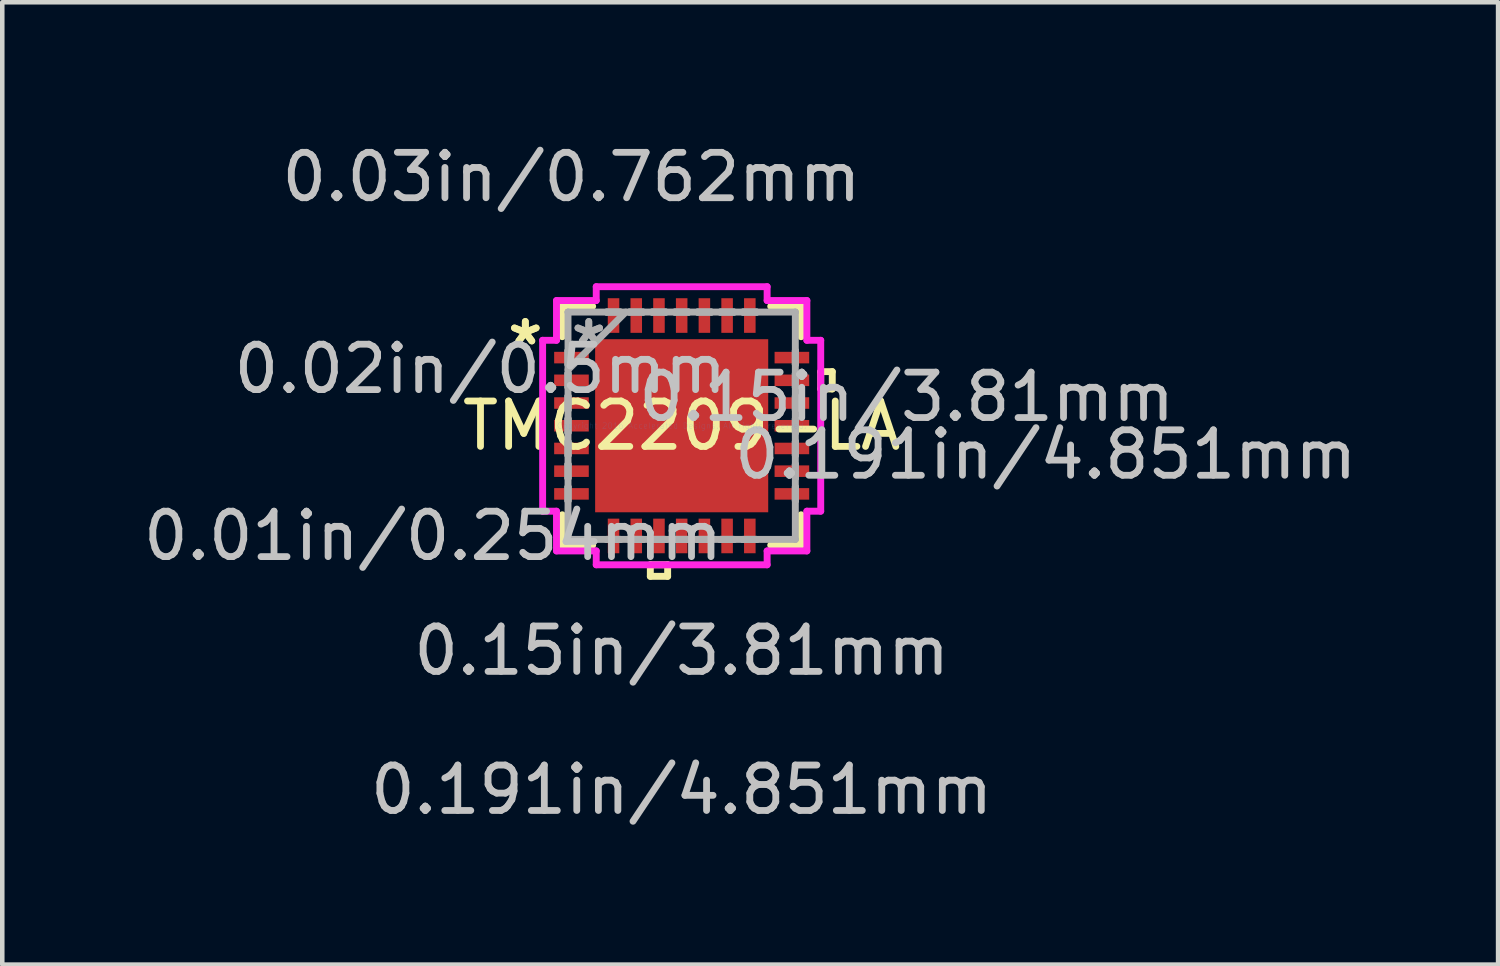
<source format=kicad_pcb>
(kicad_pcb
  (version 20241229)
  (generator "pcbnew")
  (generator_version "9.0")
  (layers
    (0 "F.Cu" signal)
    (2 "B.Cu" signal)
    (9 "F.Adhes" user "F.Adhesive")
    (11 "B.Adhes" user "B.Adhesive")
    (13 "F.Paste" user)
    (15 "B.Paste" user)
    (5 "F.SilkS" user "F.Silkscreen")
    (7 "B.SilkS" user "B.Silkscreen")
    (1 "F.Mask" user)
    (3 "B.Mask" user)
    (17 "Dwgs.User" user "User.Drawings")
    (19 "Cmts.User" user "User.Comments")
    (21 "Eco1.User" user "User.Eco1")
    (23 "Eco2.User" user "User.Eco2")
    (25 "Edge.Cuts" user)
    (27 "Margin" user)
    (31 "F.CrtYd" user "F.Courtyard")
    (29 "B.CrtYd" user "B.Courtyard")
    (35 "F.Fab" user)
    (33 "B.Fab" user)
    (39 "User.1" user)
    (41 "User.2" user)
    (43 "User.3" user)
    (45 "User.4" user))
  (footprint "TMC2209-LA"
    (layer "F.Cu")
    (at 11.956 6.322)
    (property "Reference" "TMC2209-LA" (at 0 0 0) (layer "F.SilkS") (effects (font (size 1 1) (thickness 0.15))))
    (attr through_hole)
    (fp_line (start -2.629 -2.629) (end -2.629 -1.96) (stroke (width 0.152) (type solid)) (layer "F.SilkS"))
    (fp_line (start -2.629 1.96) (end -2.629 2.629) (stroke (width 0.152) (type solid)) (layer "F.SilkS"))
    (fp_line (start -2.629 2.629) (end -1.96 2.629) (stroke (width 0.152) (type solid)) (layer "F.SilkS"))
    (fp_line (start -1.96 -2.629) (end -2.629 -2.629) (stroke (width 0.152) (type solid)) (layer "F.SilkS"))
    (fp_line (start -0.69 3.061) (end -0.69 3.315) (stroke (width 0.152) (type solid)) (layer "F.SilkS"))
    (fp_line (start -0.69 3.315) (end -0.309 3.315) (stroke (width 0.152) (type solid)) (layer "F.SilkS"))
    (fp_line (start -0.309 3.061) (end -0.69 3.061) (stroke (width 0.152) (type solid)) (layer "F.SilkS"))
    (fp_line (start -0.309 3.315) (end -0.309 3.061) (stroke (width 0.152) (type solid)) (layer "F.SilkS"))
    (fp_line (start 1.96 2.629) (end 2.629 2.629) (stroke (width 0.152) (type solid)) (layer "F.SilkS"))
    (fp_line (start 2.629 -2.629) (end 1.96 -2.629) (stroke (width 0.152) (type solid)) (layer "F.SilkS"))
    (fp_line (start 2.629 -1.96) (end 2.629 -2.629) (stroke (width 0.152) (type solid)) (layer "F.SilkS"))
    (fp_line (start 2.629 2.629) (end 2.629 1.96) (stroke (width 0.152) (type solid)) (layer "F.SilkS"))
    (fp_line (start 3.061 -1.191) (end 3.315 -1.191) (stroke (width 0.152) (type solid)) (layer "F.SilkS"))
    (fp_line (start 3.061 -0.81) (end 3.061 -1.191) (stroke (width 0.152) (type solid)) (layer "F.SilkS"))
    (fp_line (start 3.315 -1.191) (end 3.315 -0.81) (stroke (width 0.152) (type solid)) (layer "F.SilkS"))
    (fp_line (start 3.315 -0.81) (end 3.061 -0.81) (stroke (width 0.152) (type solid)) (layer "F.SilkS"))
    (fp_line (start -1.805 -1.805) (end -1.805 -0.735) (stroke (width 0.152) (type solid)) (layer "F.Paste"))
    (fp_line (start -1.805 -0.735) (end -0.735 -0.735) (stroke (width 0.152) (type solid)) (layer "F.Paste"))
    (fp_line (start -1.805 -0.535) (end -1.805 0.535) (stroke (width 0.152) (type solid)) (layer "F.Paste"))
    (fp_line (start -1.805 0.535) (end -0.735 0.535) (stroke (width 0.152) (type solid)) (layer "F.Paste"))
    (fp_line (start -1.805 0.735) (end -1.805 1.805) (stroke (width 0.152) (type solid)) (layer "F.Paste"))
    (fp_line (start -1.805 1.805) (end -0.735 1.805) (stroke (width 0.152) (type solid)) (layer "F.Paste"))
    (fp_line (start -0.735 -1.805) (end -1.805 -1.805) (stroke (width 0.152) (type solid)) (layer "F.Paste"))
    (fp_line (start -0.735 -0.735) (end -0.735 -1.805) (stroke (width 0.152) (type solid)) (layer "F.Paste"))
    (fp_line (start -0.735 -0.535) (end -1.805 -0.535) (stroke (width 0.152) (type solid)) (layer "F.Paste"))
    (fp_line (start -0.735 0.535) (end -0.735 -0.535) (stroke (width 0.152) (type solid)) (layer "F.Paste"))
    (fp_line (start -0.735 0.735) (end -1.805 0.735) (stroke (width 0.152) (type solid)) (layer "F.Paste"))
    (fp_line (start -0.735 1.805) (end -0.735 0.735) (stroke (width 0.152) (type solid)) (layer "F.Paste"))
    (fp_line (start -0.535 -1.805) (end -0.535 -0.735) (stroke (width 0.152) (type solid)) (layer "F.Paste"))
    (fp_line (start -0.535 -0.735) (end 0.535 -0.735) (stroke (width 0.152) (type solid)) (layer "F.Paste"))
    (fp_line (start -0.535 -0.535) (end -0.535 0.535) (stroke (width 0.152) (type solid)) (layer "F.Paste"))
    (fp_line (start -0.535 0.535) (end 0.535 0.535) (stroke (width 0.152) (type solid)) (layer "F.Paste"))
    (fp_line (start -0.535 0.735) (end -0.535 1.805) (stroke (width 0.152) (type solid)) (layer "F.Paste"))
    (fp_line (start -0.535 1.805) (end 0.535 1.805) (stroke (width 0.152) (type solid)) (layer "F.Paste"))
    (fp_line (start 0.535 -1.805) (end -0.535 -1.805) (stroke (width 0.152) (type solid)) (layer "F.Paste"))
    (fp_line (start 0.535 -0.735) (end 0.535 -1.805) (stroke (width 0.152) (type solid)) (layer "F.Paste"))
    (fp_line (start 0.535 -0.535) (end -0.535 -0.535) (stroke (width 0.152) (type solid)) (layer "F.Paste"))
    (fp_line (start 0.535 0.535) (end 0.535 -0.535) (stroke (width 0.152) (type solid)) (layer "F.Paste"))
    (fp_line (start 0.535 0.735) (end -0.535 0.735) (stroke (width 0.152) (type solid)) (layer "F.Paste"))
    (fp_line (start 0.535 1.805) (end 0.535 0.735) (stroke (width 0.152) (type solid)) (layer "F.Paste"))
    (fp_line (start 0.735 -1.805) (end 0.735 -0.735) (stroke (width 0.152) (type solid)) (layer "F.Paste"))
    (fp_line (start 0.735 -0.735) (end 1.805 -0.735) (stroke (width 0.152) (type solid)) (layer "F.Paste"))
    (fp_line (start 0.735 -0.535) (end 0.735 0.535) (stroke (width 0.152) (type solid)) (layer "F.Paste"))
    (fp_line (start 0.735 0.535) (end 1.805 0.535) (stroke (width 0.152) (type solid)) (layer "F.Paste"))
    (fp_line (start 0.735 0.735) (end 0.735 1.805) (stroke (width 0.152) (type solid)) (layer "F.Paste"))
    (fp_line (start 0.735 1.805) (end 1.805 1.805) (stroke (width 0.152) (type solid)) (layer "F.Paste"))
    (fp_line (start 1.805 -1.805) (end 0.735 -1.805) (stroke (width 0.152) (type solid)) (layer "F.Paste"))
    (fp_line (start 1.805 -0.735) (end 1.805 -1.805) (stroke (width 0.152) (type solid)) (layer "F.Paste"))
    (fp_line (start 1.805 -0.535) (end 0.735 -0.535) (stroke (width 0.152) (type solid)) (layer "F.Paste"))
    (fp_line (start 1.805 0.535) (end 1.805 -0.535) (stroke (width 0.152) (type solid)) (layer "F.Paste"))
    (fp_line (start 1.805 0.735) (end 0.735 0.735) (stroke (width 0.152) (type solid)) (layer "F.Paste"))
    (fp_line (start 1.805 1.805) (end 1.805 0.735) (stroke (width 0.152) (type solid)) (layer "F.Paste"))
    (fp_line (start -3.061 -1.881) (end -2.756 -1.881) (stroke (width 0.152) (type solid)) (layer "F.CrtYd"))
    (fp_line (start -3.061 1.881) (end -3.061 -1.881) (stroke (width 0.152) (type solid)) (layer "F.CrtYd"))
    (fp_line (start -2.756 -2.756) (end -1.881 -2.756) (stroke (width 0.152) (type solid)) (layer "F.CrtYd"))
    (fp_line (start -2.756 -1.881) (end -2.756 -2.756) (stroke (width 0.152) (type solid)) (layer "F.CrtYd"))
    (fp_line (start -2.756 1.881) (end -3.061 1.881) (stroke (width 0.152) (type solid)) (layer "F.CrtYd"))
    (fp_line (start -2.756 2.756) (end -2.756 1.881) (stroke (width 0.152) (type solid)) (layer "F.CrtYd"))
    (fp_line (start -1.881 -3.061) (end 1.881 -3.061) (stroke (width 0.152) (type solid)) (layer "F.CrtYd"))
    (fp_line (start -1.881 -2.756) (end -1.881 -3.061) (stroke (width 0.152) (type solid)) (layer "F.CrtYd"))
    (fp_line (start -1.881 2.756) (end -2.756 2.756) (stroke (width 0.152) (type solid)) (layer "F.CrtYd"))
    (fp_line (start -1.881 3.061) (end -1.881 2.756) (stroke (width 0.152) (type solid)) (layer "F.CrtYd"))
    (fp_line (start 1.881 -3.061) (end 1.881 -2.756) (stroke (width 0.152) (type solid)) (layer "F.CrtYd"))
    (fp_line (start 1.881 -2.756) (end 2.756 -2.756) (stroke (width 0.152) (type solid)) (layer "F.CrtYd"))
    (fp_line (start 1.881 2.756) (end 1.881 3.061) (stroke (width 0.152) (type solid)) (layer "F.CrtYd"))
    (fp_line (start 1.881 3.061) (end -1.881 3.061) (stroke (width 0.152) (type solid)) (layer "F.CrtYd"))
    (fp_line (start 2.756 -2.756) (end 2.756 -1.881) (stroke (width 0.152) (type solid)) (layer "F.CrtYd"))
    (fp_line (start 2.756 -1.881) (end 3.061 -1.881) (stroke (width 0.152) (type solid)) (layer "F.CrtYd"))
    (fp_line (start 2.756 1.881) (end 2.756 2.756) (stroke (width 0.152) (type solid)) (layer "F.CrtYd"))
    (fp_line (start 2.756 2.756) (end 1.881 2.756) (stroke (width 0.152) (type solid)) (layer "F.CrtYd"))
    (fp_line (start 3.061 -1.881) (end 3.061 1.881) (stroke (width 0.152) (type solid)) (layer "F.CrtYd"))
    (fp_line (start 3.061 1.881) (end 2.756 1.881) (stroke (width 0.152) (type solid)) (layer "F.CrtYd"))
    (fp_line (start -2.502 -2.502) (end -2.502 -2.502) (stroke (width 0.152) (type solid)) (layer "F.Fab"))
    (fp_line (start -2.502 -2.502) (end -2.502 2.502) (stroke (width 0.152) (type solid)) (layer "F.Fab"))
    (fp_line (start -2.502 -1.652) (end -2.502 -1.652) (stroke (width 0.152) (type solid)) (layer "F.Fab"))
    (fp_line (start -2.502 -1.652) (end -2.502 -1.348) (stroke (width 0.152) (type solid)) (layer "F.Fab"))
    (fp_line (start -2.502 -1.348) (end -2.502 -1.652) (stroke (width 0.152) (type solid)) (layer "F.Fab"))
    (fp_line (start -2.502 -1.348) (end -2.502 -1.348) (stroke (width 0.152) (type solid)) (layer "F.Fab"))
    (fp_line (start -2.502 -1.232) (end -1.232 -2.502) (stroke (width 0.152) (type solid)) (layer "F.Fab"))
    (fp_line (start -2.502 -1.152) (end -2.502 -1.152) (stroke (width 0.152) (type solid)) (layer "F.Fab"))
    (fp_line (start -2.502 -1.152) (end -2.502 -0.848) (stroke (width 0.152) (type solid)) (layer "F.Fab"))
    (fp_line (start -2.502 -0.848) (end -2.502 -1.152) (stroke (width 0.152) (type solid)) (layer "F.Fab"))
    (fp_line (start -2.502 -0.848) (end -2.502 -0.848) (stroke (width 0.152) (type solid)) (layer "F.Fab"))
    (fp_line (start -2.502 -0.652) (end -2.502 -0.652) (stroke (width 0.152) (type solid)) (layer "F.Fab"))
    (fp_line (start -2.502 -0.652) (end -2.502 -0.348) (stroke (width 0.152) (type solid)) (layer "F.Fab"))
    (fp_line (start -2.502 -0.348) (end -2.502 -0.652) (stroke (width 0.152) (type solid)) (layer "F.Fab"))
    (fp_line (start -2.502 -0.348) (end -2.502 -0.348) (stroke (width 0.152) (type solid)) (layer "F.Fab"))
    (fp_line (start -2.502 -0.152) (end -2.502 -0.152) (stroke (width 0.152) (type solid)) (layer "F.Fab"))
    (fp_line (start -2.502 -0.152) (end -2.502 0.152) (stroke (width 0.152) (type solid)) (layer "F.Fab"))
    (fp_line (start -2.502 0.152) (end -2.502 -0.152) (stroke (width 0.152) (type solid)) (layer "F.Fab"))
    (fp_line (start -2.502 0.152) (end -2.502 0.152) (stroke (width 0.152) (type solid)) (layer "F.Fab"))
    (fp_line (start -2.502 0.348) (end -2.502 0.348) (stroke (width 0.152) (type solid)) (layer "F.Fab"))
    (fp_line (start -2.502 0.348) (end -2.502 0.652) (stroke (width 0.152) (type solid)) (layer "F.Fab"))
    (fp_line (start -2.502 0.652) (end -2.502 0.348) (stroke (width 0.152) (type solid)) (layer "F.Fab"))
    (fp_line (start -2.502 0.652) (end -2.502 0.652) (stroke (width 0.152) (type solid)) (layer "F.Fab"))
    (fp_line (start -2.502 0.848) (end -2.502 0.848) (stroke (width 0.152) (type solid)) (layer "F.Fab"))
    (fp_line (start -2.502 0.848) (end -2.502 1.152) (stroke (width 0.152) (type solid)) (layer "F.Fab"))
    (fp_line (start -2.502 1.152) (end -2.502 0.848) (stroke (width 0.152) (type solid)) (layer "F.Fab"))
    (fp_line (start -2.502 1.152) (end -2.502 1.152) (stroke (width 0.152) (type solid)) (layer "F.Fab"))
    (fp_line (start -2.502 1.348) (end -2.502 1.348) (stroke (width 0.152) (type solid)) (layer "F.Fab"))
    (fp_line (start -2.502 1.348) (end -2.502 1.652) (stroke (width 0.152) (type solid)) (layer "F.Fab"))
    (fp_line (start -2.502 1.652) (end -2.502 1.348) (stroke (width 0.152) (type solid)) (layer "F.Fab"))
    (fp_line (start -2.502 1.652) (end -2.502 1.652) (stroke (width 0.152) (type solid)) (layer "F.Fab"))
    (fp_line (start -2.502 2.502) (end -2.502 2.502) (stroke (width 0.152) (type solid)) (layer "F.Fab"))
    (fp_line (start -2.502 2.502) (end 2.502 2.502) (stroke (width 0.152) (type solid)) (layer "F.Fab"))
    (fp_line (start -1.652 -2.502) (end -1.652 -2.502) (stroke (width 0.152) (type solid)) (layer "F.Fab"))
    (fp_line (start -1.652 -2.502) (end -1.348 -2.502) (stroke (width 0.152) (type solid)) (layer "F.Fab"))
    (fp_line (start -1.652 2.502) (end -1.652 2.502) (stroke (width 0.152) (type solid)) (layer "F.Fab"))
    (fp_line (start -1.652 2.502) (end -1.348 2.502) (stroke (width 0.152) (type solid)) (layer "F.Fab"))
    (fp_line (start -1.348 -2.502) (end -1.652 -2.502) (stroke (width 0.152) (type solid)) (layer "F.Fab"))
    (fp_line (start -1.348 -2.502) (end -1.348 -2.502) (stroke (width 0.152) (type solid)) (layer "F.Fab"))
    (fp_line (start -1.348 2.502) (end -1.652 2.502) (stroke (width 0.152) (type solid)) (layer "F.Fab"))
    (fp_line (start -1.348 2.502) (end -1.348 2.502) (stroke (width 0.152) (type solid)) (layer "F.Fab"))
    (fp_line (start -1.152 -2.502) (end -1.152 -2.502) (stroke (width 0.152) (type solid)) (layer "F.Fab"))
    (fp_line (start -1.152 -2.502) (end -0.848 -2.502) (stroke (width 0.152) (type solid)) (layer "F.Fab"))
    (fp_line (start -1.152 2.502) (end -1.152 2.502) (stroke (width 0.152) (type solid)) (layer "F.Fab"))
    (fp_line (start -1.152 2.502) (end -0.848 2.502) (stroke (width 0.152) (type solid)) (layer "F.Fab"))
    (fp_line (start -0.848 -2.502) (end -1.152 -2.502) (stroke (width 0.152) (type solid)) (layer "F.Fab"))
    (fp_line (start -0.848 -2.502) (end -0.848 -2.502) (stroke (width 0.152) (type solid)) (layer "F.Fab"))
    (fp_line (start -0.848 2.502) (end -1.152 2.502) (stroke (width 0.152) (type solid)) (layer "F.Fab"))
    (fp_line (start -0.848 2.502) (end -0.848 2.502) (stroke (width 0.152) (type solid)) (layer "F.Fab"))
    (fp_line (start -0.652 -2.502) (end -0.652 -2.502) (stroke (width 0.152) (type solid)) (layer "F.Fab"))
    (fp_line (start -0.652 -2.502) (end -0.348 -2.502) (stroke (width 0.152) (type solid)) (layer "F.Fab"))
    (fp_line (start -0.652 2.502) (end -0.652 2.502) (stroke (width 0.152) (type solid)) (layer "F.Fab"))
    (fp_line (start -0.652 2.502) (end -0.348 2.502) (stroke (width 0.152) (type solid)) (layer "F.Fab"))
    (fp_line (start -0.348 -2.502) (end -0.652 -2.502) (stroke (width 0.152) (type solid)) (layer "F.Fab"))
    (fp_line (start -0.348 -2.502) (end -0.348 -2.502) (stroke (width 0.152) (type solid)) (layer "F.Fab"))
    (fp_line (start -0.348 2.502) (end -0.652 2.502) (stroke (width 0.152) (type solid)) (layer "F.Fab"))
    (fp_line (start -0.348 2.502) (end -0.348 2.502) (stroke (width 0.152) (type solid)) (layer "F.Fab"))
    (fp_line (start -0.152 -2.502) (end -0.152 -2.502) (stroke (width 0.152) (type solid)) (layer "F.Fab"))
    (fp_line (start -0.152 -2.502) (end 0.152 -2.502) (stroke (width 0.152) (type solid)) (layer "F.Fab"))
    (fp_line (start -0.152 2.502) (end -0.152 2.502) (stroke (width 0.152) (type solid)) (layer "F.Fab"))
    (fp_line (start -0.152 2.502) (end 0.152 2.502) (stroke (width 0.152) (type solid)) (layer "F.Fab"))
    (fp_line (start 0.152 -2.502) (end -0.152 -2.502) (stroke (width 0.152) (type solid)) (layer "F.Fab"))
    (fp_line (start 0.152 -2.502) (end 0.152 -2.502) (stroke (width 0.152) (type solid)) (layer "F.Fab"))
    (fp_line (start 0.152 2.502) (end -0.152 2.502) (stroke (width 0.152) (type solid)) (layer "F.Fab"))
    (fp_line (start 0.152 2.502) (end 0.152 2.502) (stroke (width 0.152) (type solid)) (layer "F.Fab"))
    (fp_line (start 0.348 -2.502) (end 0.348 -2.502) (stroke (width 0.152) (type solid)) (layer "F.Fab"))
    (fp_line (start 0.348 -2.502) (end 0.652 -2.502) (stroke (width 0.152) (type solid)) (layer "F.Fab"))
    (fp_line (start 0.348 2.502) (end 0.348 2.502) (stroke (width 0.152) (type solid)) (layer "F.Fab"))
    (fp_line (start 0.348 2.502) (end 0.652 2.502) (stroke (width 0.152) (type solid)) (layer "F.Fab"))
    (fp_line (start 0.652 -2.502) (end 0.348 -2.502) (stroke (width 0.152) (type solid)) (layer "F.Fab"))
    (fp_line (start 0.652 -2.502) (end 0.652 -2.502) (stroke (width 0.152) (type solid)) (layer "F.Fab"))
    (fp_line (start 0.652 2.502) (end 0.348 2.502) (stroke (width 0.152) (type solid)) (layer "F.Fab"))
    (fp_line (start 0.652 2.502) (end 0.652 2.502) (stroke (width 0.152) (type solid)) (layer "F.Fab"))
    (fp_line (start 0.848 -2.502) (end 0.848 -2.502) (stroke (width 0.152) (type solid)) (layer "F.Fab"))
    (fp_line (start 0.848 -2.502) (end 1.152 -2.502) (stroke (width 0.152) (type solid)) (layer "F.Fab"))
    (fp_line (start 0.848 2.502) (end 0.848 2.502) (stroke (width 0.152) (type solid)) (layer "F.Fab"))
    (fp_line (start 0.848 2.502) (end 1.152 2.502) (stroke (width 0.152) (type solid)) (layer "F.Fab"))
    (fp_line (start 1.152 -2.502) (end 0.848 -2.502) (stroke (width 0.152) (type solid)) (layer "F.Fab"))
    (fp_line (start 1.152 -2.502) (end 1.152 -2.502) (stroke (width 0.152) (type solid)) (layer "F.Fab"))
    (fp_line (start 1.152 2.502) (end 0.848 2.502) (stroke (width 0.152) (type solid)) (layer "F.Fab"))
    (fp_line (start 1.152 2.502) (end 1.152 2.502) (stroke (width 0.152) (type solid)) (layer "F.Fab"))
    (fp_line (start 1.348 -2.502) (end 1.348 -2.502) (stroke (width 0.152) (type solid)) (layer "F.Fab"))
    (fp_line (start 1.348 -2.502) (end 1.652 -2.502) (stroke (width 0.152) (type solid)) (layer "F.Fab"))
    (fp_line (start 1.348 2.502) (end 1.348 2.502) (stroke (width 0.152) (type solid)) (layer "F.Fab"))
    (fp_line (start 1.348 2.502) (end 1.652 2.502) (stroke (width 0.152) (type solid)) (layer "F.Fab"))
    (fp_line (start 1.652 -2.502) (end 1.348 -2.502) (stroke (width 0.152) (type solid)) (layer "F.Fab"))
    (fp_line (start 1.652 -2.502) (end 1.652 -2.502) (stroke (width 0.152) (type solid)) (layer "F.Fab"))
    (fp_line (start 1.652 2.502) (end 1.348 2.502) (stroke (width 0.152) (type solid)) (layer "F.Fab"))
    (fp_line (start 1.652 2.502) (end 1.652 2.502) (stroke (width 0.152) (type solid)) (layer "F.Fab"))
    (fp_line (start 2.502 -2.502) (end -2.502 -2.502) (stroke (width 0.152) (type solid)) (layer "F.Fab"))
    (fp_line (start 2.502 -2.502) (end 2.502 -2.502) (stroke (width 0.152) (type solid)) (layer "F.Fab"))
    (fp_line (start 2.502 -1.652) (end 2.502 -1.652) (stroke (width 0.152) (type solid)) (layer "F.Fab"))
    (fp_line (start 2.502 -1.652) (end 2.502 -1.348) (stroke (width 0.152) (type solid)) (layer "F.Fab"))
    (fp_line (start 2.502 -1.348) (end 2.502 -1.652) (stroke (width 0.152) (type solid)) (layer "F.Fab"))
    (fp_line (start 2.502 -1.348) (end 2.502 -1.348) (stroke (width 0.152) (type solid)) (layer "F.Fab"))
    (fp_line (start 2.502 -1.152) (end 2.502 -1.152) (stroke (width 0.152) (type solid)) (layer "F.Fab"))
    (fp_line (start 2.502 -1.152) (end 2.502 -0.848) (stroke (width 0.152) (type solid)) (layer "F.Fab"))
    (fp_line (start 2.502 -0.848) (end 2.502 -1.152) (stroke (width 0.152) (type solid)) (layer "F.Fab"))
    (fp_line (start 2.502 -0.848) (end 2.502 -0.848) (stroke (width 0.152) (type solid)) (layer "F.Fab"))
    (fp_line (start 2.502 -0.652) (end 2.502 -0.652) (stroke (width 0.152) (type solid)) (layer "F.Fab"))
    (fp_line (start 2.502 -0.652) (end 2.502 -0.348) (stroke (width 0.152) (type solid)) (layer "F.Fab"))
    (fp_line (start 2.502 -0.348) (end 2.502 -0.652) (stroke (width 0.152) (type solid)) (layer "F.Fab"))
    (fp_line (start 2.502 -0.348) (end 2.502 -0.348) (stroke (width 0.152) (type solid)) (layer "F.Fab"))
    (fp_line (start 2.502 -0.152) (end 2.502 -0.152) (stroke (width 0.152) (type solid)) (layer "F.Fab"))
    (fp_line (start 2.502 -0.152) (end 2.502 0.152) (stroke (width 0.152) (type solid)) (layer "F.Fab"))
    (fp_line (start 2.502 0.152) (end 2.502 -0.152) (stroke (width 0.152) (type solid)) (layer "F.Fab"))
    (fp_line (start 2.502 0.152) (end 2.502 0.152) (stroke (width 0.152) (type solid)) (layer "F.Fab"))
    (fp_line (start 2.502 0.348) (end 2.502 0.348) (stroke (width 0.152) (type solid)) (layer "F.Fab"))
    (fp_line (start 2.502 0.348) (end 2.502 0.652) (stroke (width 0.152) (type solid)) (layer "F.Fab"))
    (fp_line (start 2.502 0.652) (end 2.502 0.348) (stroke (width 0.152) (type solid)) (layer "F.Fab"))
    (fp_line (start 2.502 0.652) (end 2.502 0.652) (stroke (width 0.152) (type solid)) (layer "F.Fab"))
    (fp_line (start 2.502 0.848) (end 2.502 0.848) (stroke (width 0.152) (type solid)) (layer "F.Fab"))
    (fp_line (start 2.502 0.848) (end 2.502 1.152) (stroke (width 0.152) (type solid)) (layer "F.Fab"))
    (fp_line (start 2.502 1.152) (end 2.502 0.848) (stroke (width 0.152) (type solid)) (layer "F.Fab"))
    (fp_line (start 2.502 1.152) (end 2.502 1.152) (stroke (width 0.152) (type solid)) (layer "F.Fab"))
    (fp_line (start 2.502 1.348) (end 2.502 1.348) (stroke (width 0.152) (type solid)) (layer "F.Fab"))
    (fp_line (start 2.502 1.348) (end 2.502 1.652) (stroke (width 0.152) (type solid)) (layer "F.Fab"))
    (fp_line (start 2.502 1.652) (end 2.502 1.348) (stroke (width 0.152) (type solid)) (layer "F.Fab"))
    (fp_line (start 2.502 1.652) (end 2.502 1.652) (stroke (width 0.152) (type solid)) (layer "F.Fab"))
    (fp_line (start 2.502 2.502) (end 2.502 -2.502) (stroke (width 0.152) (type solid)) (layer "F.Fab"))
    (fp_line (start 2.502 2.502) (end 2.502 2.502) (stroke (width 0.152) (type solid)) (layer "F.Fab"))
    (fp_text user "*" (at -3.442 -1.75 0) (layer "F.SilkS") (effects (font (size 1 1) (thickness 0.15))))
    (fp_text user "*" (at -3.442 -1.75 0) (layer "F.SilkS") (effects (font (size 1 1) (thickness 0.15))))
    (fp_text user "0.01in/0.254mm" (at -5.474 2.426 0) (layer "Dwgs.User") (effects (font (size 1 1) (thickness 0.15))))
    (fp_text user "0.15in/3.81mm" (at 4.953 -0.635 0) (layer "Dwgs.User") (effects (font (size 1 1) (thickness 0.15))))
    (fp_text user "0.02in/0.5mm" (at -4.432 -1.25 0) (layer "Dwgs.User") (effects (font (size 1 1) (thickness 0.15))))
    (fp_text user "0.191in/4.851mm" (at 0 8.014 0) (layer "Dwgs.User") (effects (font (size 1 1) (thickness 0.15))))
    (fp_text user "0.15in/3.81mm" (at 0 4.953 0) (layer "Dwgs.User") (effects (font (size 1 1) (thickness 0.15))))
    (fp_text user "0.03in/0.762mm" (at -2.426 -5.474 0) (layer "Dwgs.User") (effects (font (size 1 1) (thickness 0.15))))
    (fp_text user "0.191in/4.851mm" (at 8.014 0.635 0) (layer "Dwgs.User") (effects (font (size 1 1) (thickness 0.15))))
    (fp_text user "Copyright 2016 Accelerated Designs. All rights reserved." (at 0 0 0) (layer "Cmts.User") (effects (font (size 0.127 0.127) (thickness 0.002))))
    (fp_text user "*" (at -2.045 -1.75 0) (layer "F.Fab") (effects (font (size 1 1) (thickness 0.15))))
    (fp_text user "*" (at -2.045 -1.75 0) (layer "F.Fab") (effects (font (size 1 1) (thickness 0.15))))
    (pad "1" smd rect (at -2.426 -1.5 90) (size 0.254 0.762) (layers "F.Cu" "F.Mask" "F.Paste"))
    (pad "2" smd rect (at -2.426 -1 90) (size 0.254 0.762) (layers "F.Cu" "F.Mask" "F.Paste"))
    (pad "3" smd rect (at -2.426 -0.5 90) (size 0.254 0.762) (layers "F.Cu" "F.Mask" "F.Paste"))
    (pad "4" smd rect (at -2.426 0 90) (size 0.254 0.762) (layers "F.Cu" "F.Mask" "F.Paste"))
    (pad "5" smd rect (at -2.426 0.5 90) (size 0.254 0.762) (layers "F.Cu" "F.Mask" "F.Paste"))
    (pad "6" smd rect (at -2.426 1 90) (size 0.254 0.762) (layers "F.Cu" "F.Mask" "F.Paste"))
    (pad "7" smd rect (at -2.426 1.5 90) (size 0.254 0.762) (layers "F.Cu" "F.Mask" "F.Paste"))
    (pad "8" smd rect (at -1.5 2.426) (size 0.254 0.762) (layers "F.Cu" "F.Mask" "F.Paste"))
    (pad "9" smd rect (at -1 2.426) (size 0.254 0.762) (layers "F.Cu" "F.Mask" "F.Paste"))
    (pad "10" smd rect (at -0.5 2.426) (size 0.254 0.762) (layers "F.Cu" "F.Mask" "F.Paste"))
    (pad "11" smd rect (at 0 2.426) (size 0.254 0.762) (layers "F.Cu" "F.Mask" "F.Paste"))
    (pad "12" smd rect (at 0.5 2.426) (size 0.254 0.762) (layers "F.Cu" "F.Mask" "F.Paste"))
    (pad "13" smd rect (at 1 2.426) (size 0.254 0.762) (layers "F.Cu" "F.Mask" "F.Paste"))
    (pad "14" smd rect (at 1.5 2.426) (size 0.254 0.762) (layers "F.Cu" "F.Mask" "F.Paste"))
    (pad "15" smd rect (at 2.426 1.5 90) (size 0.254 0.762) (layers "F.Cu" "F.Mask" "F.Paste"))
    (pad "16" smd rect (at 2.426 1 90) (size 0.254 0.762) (layers "F.Cu" "F.Mask" "F.Paste"))
    (pad "17" smd rect (at 2.426 0.5 90) (size 0.254 0.762) (layers "F.Cu" "F.Mask" "F.Paste"))
    (pad "18" smd rect (at 2.426 0 90) (size 0.254 0.762) (layers "F.Cu" "F.Mask" "F.Paste"))
    (pad "19" smd rect (at 2.426 -0.5 90) (size 0.254 0.762) (layers "F.Cu" "F.Mask" "F.Paste"))
    (pad "20" smd rect (at 2.426 -1 90) (size 0.254 0.762) (layers "F.Cu" "F.Mask" "F.Paste"))
    (pad "21" smd rect (at 2.426 -1.5 90) (size 0.254 0.762) (layers "F.Cu" "F.Mask" "F.Paste"))
    (pad "22" smd rect (at 1.5 -2.426) (size 0.254 0.762) (layers "F.Cu" "F.Mask" "F.Paste"))
    (pad "23" smd rect (at 1 -2.426) (size 0.254 0.762) (layers "F.Cu" "F.Mask" "F.Paste"))
    (pad "24" smd rect (at 0.5 -2.426) (size 0.254 0.762) (layers "F.Cu" "F.Mask" "F.Paste"))
    (pad "25" smd rect (at 0 -2.426) (size 0.254 0.762) (layers "F.Cu" "F.Mask" "F.Paste"))
    (pad "26" smd rect (at -0.5 -2.426) (size 0.254 0.762) (layers "F.Cu" "F.Mask" "F.Paste"))
    (pad "27" smd rect (at -1 -2.426) (size 0.254 0.762) (layers "F.Cu" "F.Mask" "F.Paste"))
    (pad "28" smd rect (at -1.5 -2.426) (size 0.254 0.762) (layers "F.Cu" "F.Mask" "F.Paste"))
    (pad "29" smd rect (at 0 0) (size 3.81 3.81) (layers "F.Cu" "F.Mask" "F.Paste")))
  (gr_rect
    (start -3 -3)
    (end 29.928 18.184)
    (stroke (width 0.1) (type default))
    (fill no)
    (layer "Edge.Cuts")))
</source>
